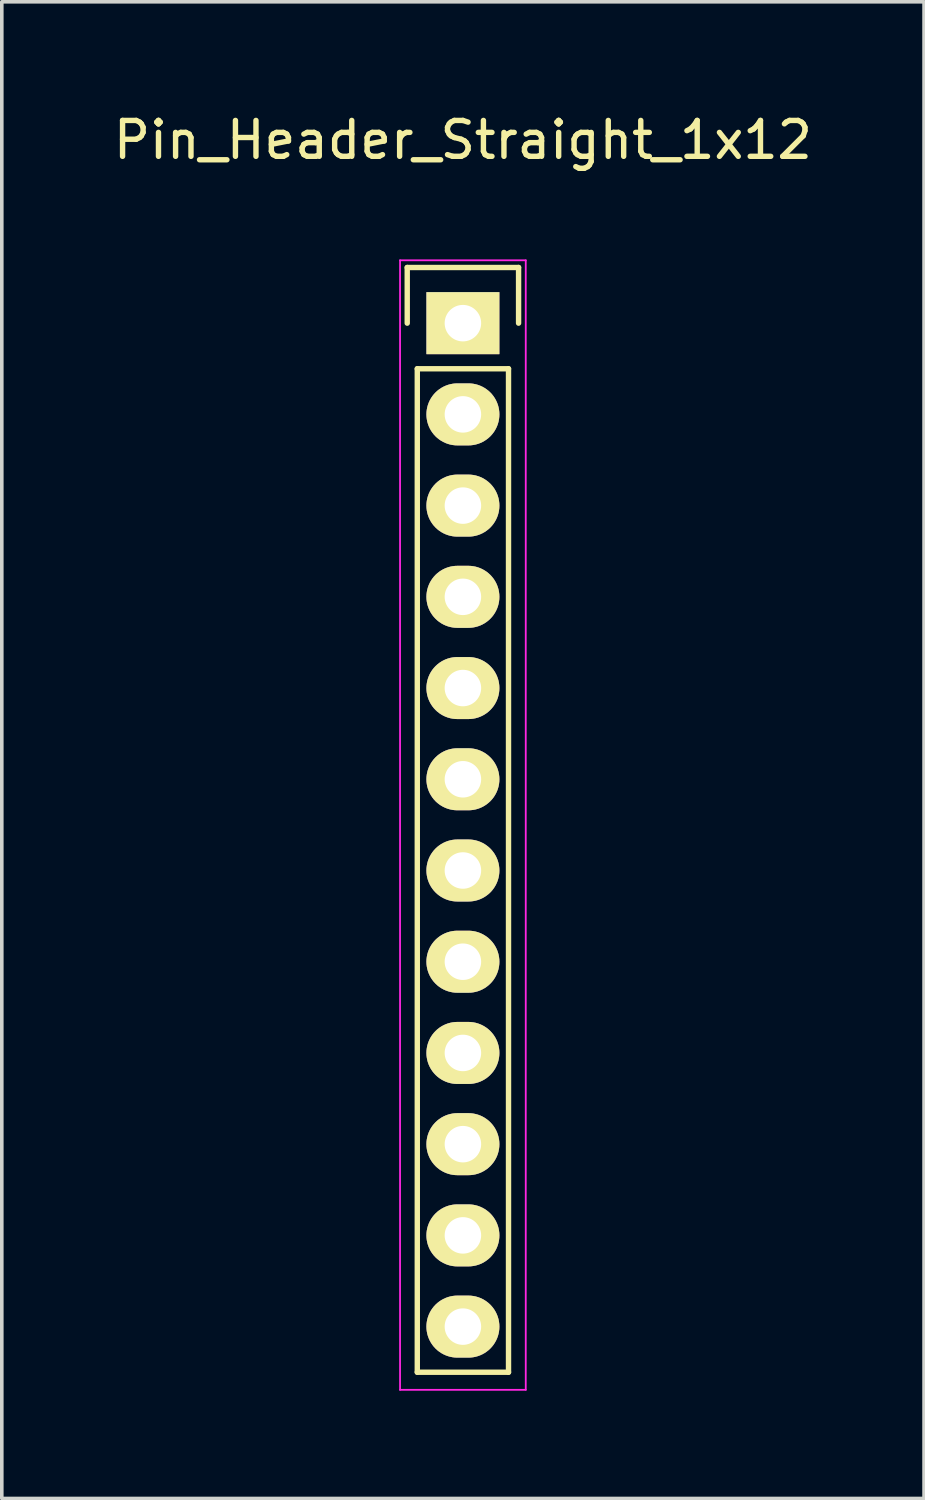
<source format=kicad_pcb>
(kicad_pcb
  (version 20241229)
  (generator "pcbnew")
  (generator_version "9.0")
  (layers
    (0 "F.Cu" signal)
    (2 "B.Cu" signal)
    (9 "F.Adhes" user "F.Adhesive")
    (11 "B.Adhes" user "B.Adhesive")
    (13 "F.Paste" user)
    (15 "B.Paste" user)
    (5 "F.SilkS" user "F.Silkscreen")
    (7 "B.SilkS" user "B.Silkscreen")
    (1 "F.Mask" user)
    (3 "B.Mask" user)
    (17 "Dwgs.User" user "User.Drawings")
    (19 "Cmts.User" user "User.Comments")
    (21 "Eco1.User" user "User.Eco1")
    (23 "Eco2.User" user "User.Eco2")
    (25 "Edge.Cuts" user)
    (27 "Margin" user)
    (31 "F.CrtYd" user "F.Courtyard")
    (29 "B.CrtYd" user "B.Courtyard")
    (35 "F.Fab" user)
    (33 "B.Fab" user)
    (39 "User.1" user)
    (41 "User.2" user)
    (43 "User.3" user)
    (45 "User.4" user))
  (footprint "Pin_Header_Straight_1x12"
    (layer "F.Cu")
    (at 9.839 5.948)
    (property "Reference" "Pin_Header_Straight_1x12" (at 0 -5.1 0) (layer "F.SilkS") (effects (font (size 1 1) (thickness 0.15))))
    (attr through_hole)
    (fp_line (start -1.55 -1.55) (end 1.55 -1.55) (stroke (width 0.15) (type solid)) (layer "F.SilkS"))
    (fp_line (start -1.55 0) (end -1.55 -1.55) (stroke (width 0.15) (type solid)) (layer "F.SilkS"))
    (fp_line (start -1.27 29.21) (end -1.27 1.27) (stroke (width 0.15) (type solid)) (layer "F.SilkS"))
    (fp_line (start 1.27 1.27) (end -1.27 1.27) (stroke (width 0.15) (type solid)) (layer "F.SilkS"))
    (fp_line (start 1.27 1.27) (end 1.27 29.21) (stroke (width 0.15) (type solid)) (layer "F.SilkS"))
    (fp_line (start 1.27 29.21) (end -1.27 29.21) (stroke (width 0.15) (type solid)) (layer "F.SilkS"))
    (fp_line (start 1.55 -1.55) (end 1.55 0) (stroke (width 0.15) (type solid)) (layer "F.SilkS"))
    (fp_line (start -1.75 -1.75) (end -1.75 29.7) (stroke (width 0.05) (type solid)) (layer "F.CrtYd"))
    (fp_line (start -1.75 -1.75) (end 1.75 -1.75) (stroke (width 0.05) (type solid)) (layer "F.CrtYd"))
    (fp_line (start -1.75 29.7) (end 1.75 29.7) (stroke (width 0.05) (type solid)) (layer "F.CrtYd"))
    (fp_line (start 1.75 -1.75) (end 1.75 29.7) (stroke (width 0.05) (type solid)) (layer "F.CrtYd"))
    (pad "1" thru_hole rect (at 0 0) (size 2.032 1.727) (drill 1.016) (layers "*.Cu" "*.Mask" "F.SilkS"))
    (pad "2" thru_hole oval (at 0 2.54) (size 2.032 1.727) (drill 1.016) (layers "*.Cu" "*.Mask" "F.SilkS"))
    (pad "3" thru_hole oval (at 0 5.08) (size 2.032 1.727) (drill 1.016) (layers "*.Cu" "*.Mask" "F.SilkS"))
    (pad "4" thru_hole oval (at 0 7.62) (size 2.032 1.727) (drill 1.016) (layers "*.Cu" "*.Mask" "F.SilkS"))
    (pad "5" thru_hole oval (at 0 10.16) (size 2.032 1.727) (drill 1.016) (layers "*.Cu" "*.Mask" "F.SilkS"))
    (pad "6" thru_hole oval (at 0 12.7) (size 2.032 1.727) (drill 1.016) (layers "*.Cu" "*.Mask" "F.SilkS"))
    (pad "7" thru_hole oval (at 0 15.24) (size 2.032 1.727) (drill 1.016) (layers "*.Cu" "*.Mask" "F.SilkS"))
    (pad "8" thru_hole oval (at 0 17.78) (size 2.032 1.727) (drill 1.016) (layers "*.Cu" "*.Mask" "F.SilkS"))
    (pad "9" thru_hole oval (at 0 20.32) (size 2.032 1.727) (drill 1.016) (layers "*.Cu" "*.Mask" "F.SilkS"))
    (pad "10" thru_hole oval (at 0 22.86) (size 2.032 1.727) (drill 1.016) (layers "*.Cu" "*.Mask" "F.SilkS"))
    (pad "11" thru_hole oval (at 0 25.4) (size 2.032 1.727) (drill 1.016) (layers "*.Cu" "*.Mask" "F.SilkS"))
    (pad "12" thru_hole oval (at 0 27.94) (size 2.032 1.727) (drill 1.016) (layers "*.Cu" "*.Mask" "F.SilkS")))
  (gr_rect
    (start -3 -3)
    (end 22.679 38.673)
    (stroke (width 0.1) (type default))
    (fill no)
    (layer "Edge.Cuts")))
</source>
